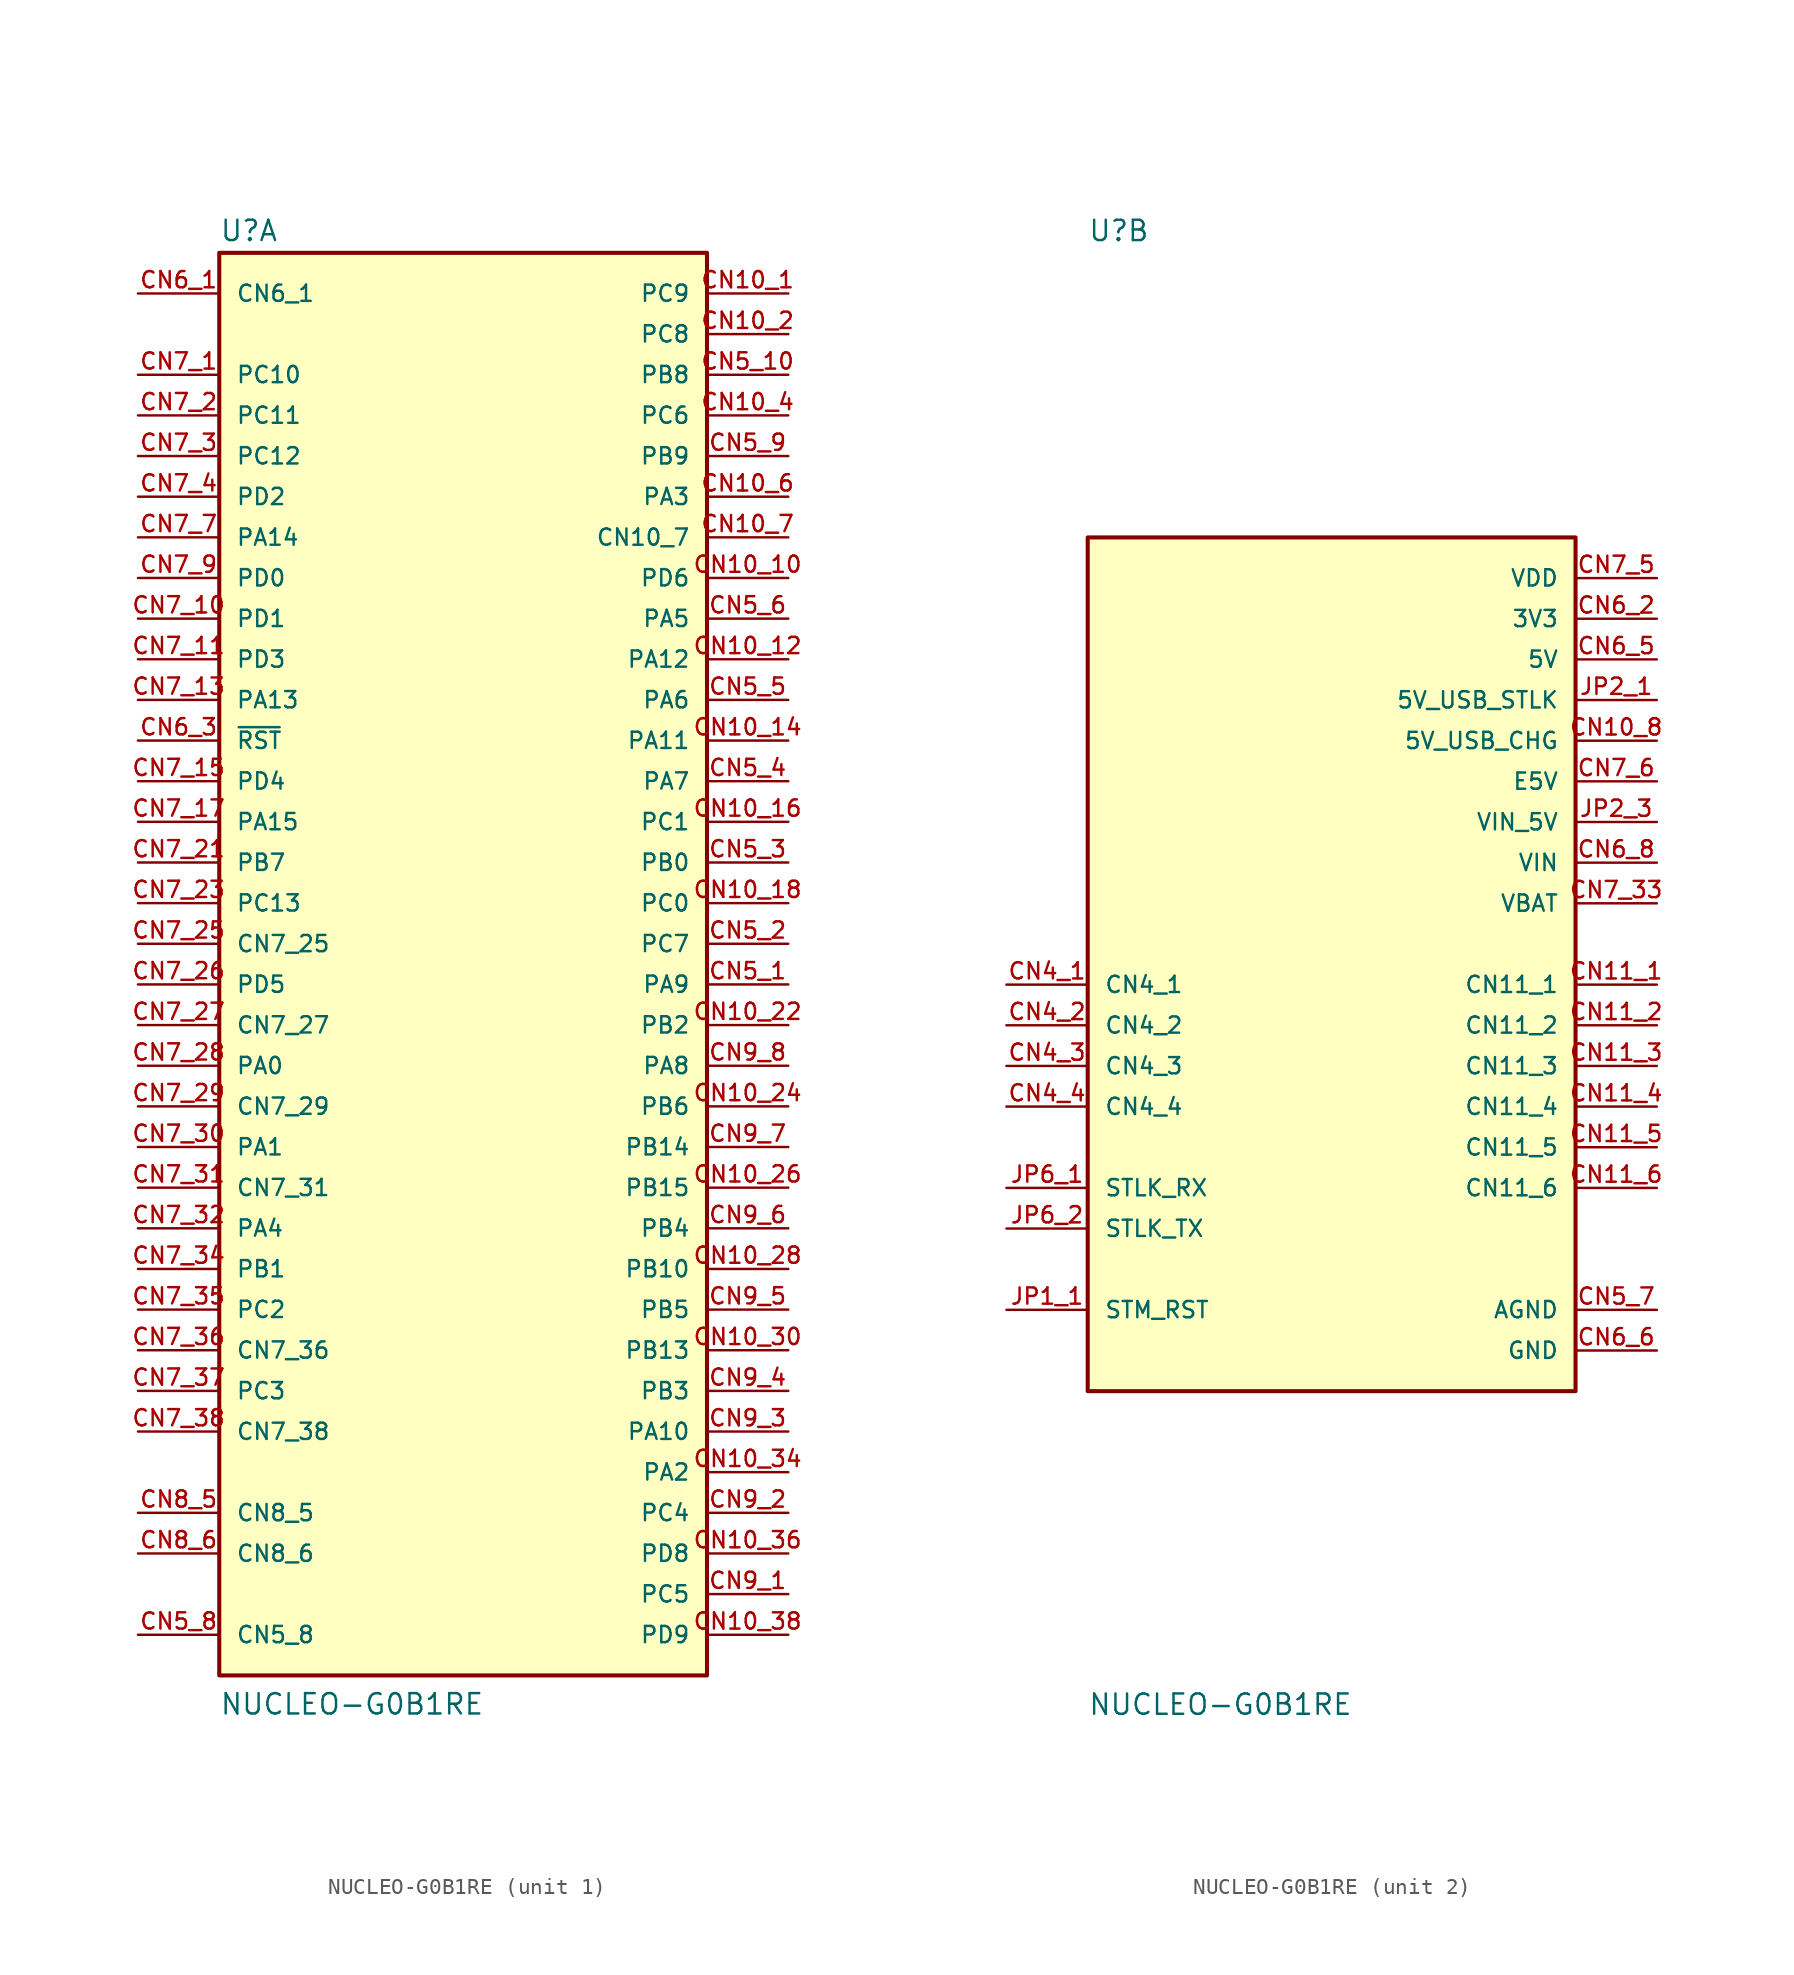
<source format=kicad_sym>
(kicad_symbol_lib
  (version 20211014)
  (generator kicad_symbol_editor)
  (symbol "NUCLEO-G0B1RE"
    (pin_names
      (offset 1.016))
    (property "Reference" "U"
      (at -15.24 43.815 0)
      (effects (font (size 1.27 1.27)) (justify bottom left)))
    (property "Value" "NUCLEO-G0B1RE"
      (at -15.24 -48.26 0)
      (effects (font (size 1.27 1.27)) (justify bottom left)))
    (symbol "NUCLEO-G0B1RE_1_0"
      (rectangle (start -15.24 -45.72) (end 15.24 43.18) (stroke (width 0.254)) (fill (type background)))
      (pin passive line (at -20.32 12.7 0) (length 5.08) (name "~{RST}" (effects (font (size 1.016 1.016)))) (number "CN6_3" (effects (font (size 1.016 1.016)))))
      (pin passive line (at -20.32 12.7 0) (length 5.08) hide (name "~{RST}" (effects (font (size 1.016 1.016)))) (number "CN7_14" (effects (font (size 1.016 1.016)))))
      (pin passive line (at 20.32 40.64 180.0) (length 5.08) (name "PC9" (effects (font (size 1.016 1.016)))) (number "CN10_1" (effects (font (size 1.016 1.016)))))
      (pin passive line (at 20.32 38.1 180.0) (length 5.08) (name "PC8" (effects (font (size 1.016 1.016)))) (number "CN10_2" (effects (font (size 1.016 1.016)))))
      (pin passive line (at -20.32 35.56 0) (length 5.08) (name "PC10" (effects (font (size 1.016 1.016)))) (number "CN7_1" (effects (font (size 1.016 1.016)))))
      (pin passive line (at -20.32 30.48 0) (length 5.08) (name "PC12" (effects (font (size 1.016 1.016)))) (number "CN7_3" (effects (font (size 1.016 1.016)))))
      (pin passive line (at -20.32 25.4 0) (length 5.08) (name "PA14" (effects (font (size 1.016 1.016)))) (number "CN7_7" (effects (font (size 1.016 1.016)))))
      (pin passive line (at -20.32 22.86 0) (length 5.08) (name "PD0" (effects (font (size 1.016 1.016)))) (number "CN7_9" (effects (font (size 1.016 1.016)))))
      (pin passive line (at -20.32 17.78 0) (length 5.08) (name "PD3" (effects (font (size 1.016 1.016)))) (number "CN7_11" (effects (font (size 1.016 1.016)))))
      (pin passive line (at -20.32 15.24 0) (length 5.08) (name "PA13" (effects (font (size 1.016 1.016)))) (number "CN7_13" (effects (font (size 1.016 1.016)))))
      (pin passive line (at -20.32 10.16 0) (length 5.08) (name "PD4" (effects (font (size 1.016 1.016)))) (number "CN7_15" (effects (font (size 1.016 1.016)))))
      (pin passive line (at -20.32 7.62 0) (length 5.08) (name "PA15" (effects (font (size 1.016 1.016)))) (number "CN7_17" (effects (font (size 1.016 1.016)))))
      (pin passive line (at -20.32 5.08 0) (length 5.08) (name "PB7" (effects (font (size 1.016 1.016)))) (number "CN7_21" (effects (font (size 1.016 1.016)))))
      (pin passive line (at -20.32 2.54 0) (length 5.08) (name "PC13" (effects (font (size 1.016 1.016)))) (number "CN7_23" (effects (font (size 1.016 1.016)))))
      (pin passive line (at -20.32 0.0 0) (length 5.08) (name "CN7_25" (effects (font (size 1.016 1.016)))) (number "CN7_25" (effects (font (size 1.016 1.016)))))
      (pin passive line (at -20.32 -5.08 0) (length 5.08) (name "CN7_27" (effects (font (size 1.016 1.016)))) (number "CN7_27" (effects (font (size 1.016 1.016)))))
      (pin passive line (at -20.32 -10.16 0) (length 5.08) (name "CN7_29" (effects (font (size 1.016 1.016)))) (number "CN7_29" (effects (font (size 1.016 1.016)))))
      (pin passive line (at -20.32 -15.24 0) (length 5.08) (name "CN7_31" (effects (font (size 1.016 1.016)))) (number "CN7_31" (effects (font (size 1.016 1.016)))))
      (pin passive line (at -20.32 -22.86 0) (length 5.08) (name "PC2" (effects (font (size 1.016 1.016)))) (number "CN7_35" (effects (font (size 1.016 1.016)))))
      (pin passive line (at -20.32 -27.94 0) (length 5.08) (name "PC3" (effects (font (size 1.016 1.016)))) (number "CN7_37" (effects (font (size 1.016 1.016)))))
      (pin passive line (at -20.32 -25.4 0) (length 5.08) (name "CN7_36" (effects (font (size 1.016 1.016)))) (number "CN7_36" (effects (font (size 1.016 1.016)))))
      (pin passive line (at -20.32 -30.48 0) (length 5.08) (name "CN7_38" (effects (font (size 1.016 1.016)))) (number "CN7_38" (effects (font (size 1.016 1.016)))))
      (pin passive line (at -20.32 -20.32 0) (length 5.08) (name "PB1" (effects (font (size 1.016 1.016)))) (number "CN7_34" (effects (font (size 1.016 1.016)))))
      (pin passive line (at -20.32 -20.32 0) (length 5.08) hide (name "PB1" (effects (font (size 1.016 1.016)))) (number "CN8_4" (effects (font (size 1.016 1.016)))))
      (pin passive line (at -20.32 -17.78 0) (length 5.08) (name "PA4" (effects (font (size 1.016 1.016)))) (number "CN7_32" (effects (font (size 1.016 1.016)))))
      (pin passive line (at -20.32 -17.78 0) (length 5.08) hide (name "PA4" (effects (font (size 1.016 1.016)))) (number "CN8_3" (effects (font (size 1.016 1.016)))))
      (pin passive line (at 20.32 35.56 180.0) (length 5.08) (name "PB8" (effects (font (size 1.016 1.016)))) (number "CN5_10" (effects (font (size 1.016 1.016)))))
      (pin passive line (at 20.32 35.56 180.0) (length 5.08) hide (name "PB8" (effects (font (size 1.016 1.016)))) (number "CN10_3" (effects (font (size 1.016 1.016)))))
      (pin passive line (at 20.32 33.02 180.0) (length 5.08) (name "PC6" (effects (font (size 1.016 1.016)))) (number "CN10_4" (effects (font (size 1.016 1.016)))))
      (pin passive line (at 20.32 30.48 180.0) (length 5.08) (name "PB9" (effects (font (size 1.016 1.016)))) (number "CN5_9" (effects (font (size 1.016 1.016)))))
      (pin passive line (at 20.32 30.48 180.0) (length 5.08) hide (name "PB9" (effects (font (size 1.016 1.016)))) (number "CN10_5" (effects (font (size 1.016 1.016)))))
      (pin passive line (at 20.32 27.94 180.0) (length 5.08) (name "PA3" (effects (font (size 1.016 1.016)))) (number "CN10_6" (effects (font (size 1.016 1.016)))))
      (pin passive line (at 20.32 22.86 180.0) (length 5.08) (name "PD6" (effects (font (size 1.016 1.016)))) (number "CN10_10" (effects (font (size 1.016 1.016)))))
      (pin passive line (at 20.32 20.32 180.0) (length 5.08) (name "PA5" (effects (font (size 1.016 1.016)))) (number "CN5_6" (effects (font (size 1.016 1.016)))))
      (pin passive line (at 20.32 20.32 180.0) (length 5.08) hide (name "PA5" (effects (font (size 1.016 1.016)))) (number "CN10_11" (effects (font (size 1.016 1.016)))))
      (pin passive line (at 20.32 17.78 180.0) (length 5.08) (name "PA12" (effects (font (size 1.016 1.016)))) (number "CN10_12" (effects (font (size 1.016 1.016)))))
      (pin passive line (at -20.32 -12.7 0) (length 5.08) (name "PA1" (effects (font (size 1.016 1.016)))) (number "CN7_30" (effects (font (size 1.016 1.016)))))
      (pin passive line (at -20.32 -12.7 0) (length 5.08) hide (name "PA1" (effects (font (size 1.016 1.016)))) (number "CN8_2" (effects (font (size 1.016 1.016)))))
      (pin passive line (at -20.32 -7.62 0) (length 5.08) (name "PA0" (effects (font (size 1.016 1.016)))) (number "CN7_28" (effects (font (size 1.016 1.016)))))
      (pin passive line (at -20.32 -7.62 0) (length 5.08) hide (name "PA0" (effects (font (size 1.016 1.016)))) (number "CN8_1" (effects (font (size 1.016 1.016)))))
      (pin passive line (at -20.32 -2.54 0) (length 5.08) (name "PD5" (effects (font (size 1.016 1.016)))) (number "CN7_26" (effects (font (size 1.016 1.016)))))
      (pin passive line (at -20.32 20.32 0) (length 5.08) (name "PD1" (effects (font (size 1.016 1.016)))) (number "CN7_10" (effects (font (size 1.016 1.016)))))
      (pin passive line (at -20.32 27.94 0) (length 5.08) (name "PD2" (effects (font (size 1.016 1.016)))) (number "CN7_4" (effects (font (size 1.016 1.016)))))
      (pin passive line (at -20.32 33.02 0) (length 5.08) (name "PC11" (effects (font (size 1.016 1.016)))) (number "CN7_2" (effects (font (size 1.016 1.016)))))
      (pin passive line (at 20.32 15.24 180.0) (length 5.08) (name "PA6" (effects (font (size 1.016 1.016)))) (number "CN5_5" (effects (font (size 1.016 1.016)))))
      (pin passive line (at 20.32 15.24 180.0) (length 5.08) hide (name "PA6" (effects (font (size 1.016 1.016)))) (number "CN10_13" (effects (font (size 1.016 1.016)))))
      (pin passive line (at 20.32 12.7 180.0) (length 5.08) (name "PA11" (effects (font (size 1.016 1.016)))) (number "CN10_14" (effects (font (size 1.016 1.016)))))
      (pin passive line (at 20.32 10.16 180.0) (length 5.08) (name "PA7" (effects (font (size 1.016 1.016)))) (number "CN5_4" (effects (font (size 1.016 1.016)))))
      (pin passive line (at 20.32 10.16 180.0) (length 5.08) hide (name "PA7" (effects (font (size 1.016 1.016)))) (number "CN10_15" (effects (font (size 1.016 1.016)))))
      (pin passive line (at 20.32 7.62 180.0) (length 5.08) (name "PC1" (effects (font (size 1.016 1.016)))) (number "CN10_16" (effects (font (size 1.016 1.016)))))
      (pin passive line (at 20.32 5.08 180.0) (length 5.08) (name "PB0" (effects (font (size 1.016 1.016)))) (number "CN5_3" (effects (font (size 1.016 1.016)))))
      (pin passive line (at 20.32 5.08 180.0) (length 5.08) hide (name "PB0" (effects (font (size 1.016 1.016)))) (number "CN10_17" (effects (font (size 1.016 1.016)))))
      (pin passive line (at 20.32 2.54 180.0) (length 5.08) (name "PC0" (effects (font (size 1.016 1.016)))) (number "CN10_18" (effects (font (size 1.016 1.016)))))
      (pin passive line (at 20.32 0.0 180.0) (length 5.08) (name "PC7" (effects (font (size 1.016 1.016)))) (number "CN5_2" (effects (font (size 1.016 1.016)))))
      (pin passive line (at 20.32 0.0 180.0) (length 5.08) hide (name "PC7" (effects (font (size 1.016 1.016)))) (number "CN10_19" (effects (font (size 1.016 1.016)))))
      (pin passive line (at 20.32 -2.54 180.0) (length 5.08) (name "PA9" (effects (font (size 1.016 1.016)))) (number "CN5_1" (effects (font (size 1.016 1.016)))))
      (pin passive line (at 20.32 -2.54 180.0) (length 5.08) hide (name "PA9" (effects (font (size 1.016 1.016)))) (number "CN10_21" (effects (font (size 1.016 1.016)))))
      (pin passive line (at 20.32 -5.08 180.0) (length 5.08) (name "PB2" (effects (font (size 1.016 1.016)))) (number "CN10_22" (effects (font (size 1.016 1.016)))))
      (pin passive line (at 20.32 -7.62 180.0) (length 5.08) (name "PA8" (effects (font (size 1.016 1.016)))) (number "CN9_8" (effects (font (size 1.016 1.016)))))
      (pin passive line (at 20.32 -7.62 180.0) (length 5.08) hide (name "PA8" (effects (font (size 1.016 1.016)))) (number "CN10_23" (effects (font (size 1.016 1.016)))))
      (pin passive line (at 20.32 -10.16 180.0) (length 5.08) (name "PB6" (effects (font (size 1.016 1.016)))) (number "CN10_24" (effects (font (size 1.016 1.016)))))
      (pin passive line (at 20.32 -12.7 180.0) (length 5.08) (name "PB14" (effects (font (size 1.016 1.016)))) (number "CN9_7" (effects (font (size 1.016 1.016)))))
      (pin passive line (at 20.32 -12.7 180.0) (length 5.08) hide (name "PB14" (effects (font (size 1.016 1.016)))) (number "CN10_25" (effects (font (size 1.016 1.016)))))
      (pin passive line (at 20.32 -15.24 180.0) (length 5.08) (name "PB15" (effects (font (size 1.016 1.016)))) (number "CN10_26" (effects (font (size 1.016 1.016)))))
      (pin passive line (at 20.32 -17.78 180.0) (length 5.08) (name "PB4" (effects (font (size 1.016 1.016)))) (number "CN9_6" (effects (font (size 1.016 1.016)))))
      (pin passive line (at 20.32 -17.78 180.0) (length 5.08) hide (name "PB4" (effects (font (size 1.016 1.016)))) (number "CN10_27" (effects (font (size 1.016 1.016)))))
      (pin passive line (at 20.32 -20.32 180.0) (length 5.08) (name "PB10" (effects (font (size 1.016 1.016)))) (number "CN10_28" (effects (font (size 1.016 1.016)))))
      (pin passive line (at 20.32 -22.86 180.0) (length 5.08) (name "PB5" (effects (font (size 1.016 1.016)))) (number "CN9_5" (effects (font (size 1.016 1.016)))))
      (pin passive line (at 20.32 -22.86 180.0) (length 5.08) hide (name "PB5" (effects (font (size 1.016 1.016)))) (number "CN10_29" (effects (font (size 1.016 1.016)))))
      (pin passive line (at 20.32 -25.4 180.0) (length 5.08) (name "PB13" (effects (font (size 1.016 1.016)))) (number "CN10_30" (effects (font (size 1.016 1.016)))))
      (pin passive line (at 20.32 -27.94 180.0) (length 5.08) (name "PB3" (effects (font (size 1.016 1.016)))) (number "CN9_4" (effects (font (size 1.016 1.016)))))
      (pin passive line (at 20.32 -27.94 180.0) (length 5.08) hide (name "PB3" (effects (font (size 1.016 1.016)))) (number "CN10_31" (effects (font (size 1.016 1.016)))))
      (pin passive line (at 20.32 -30.48 180.0) (length 5.08) (name "PA10" (effects (font (size 1.016 1.016)))) (number "CN9_3" (effects (font (size 1.016 1.016)))))
      (pin passive line (at 20.32 -30.48 180.0) (length 5.08) hide (name "PA10" (effects (font (size 1.016 1.016)))) (number "CN10_33" (effects (font (size 1.016 1.016)))))
      (pin passive line (at 20.32 -33.02 180.0) (length 5.08) (name "PA2" (effects (font (size 1.016 1.016)))) (number "CN10_34" (effects (font (size 1.016 1.016)))))
      (pin passive line (at 20.32 -35.56 180.0) (length 5.08) (name "PC4" (effects (font (size 1.016 1.016)))) (number "CN9_2" (effects (font (size 1.016 1.016)))))
      (pin passive line (at 20.32 -35.56 180.0) (length 5.08) hide (name "PC4" (effects (font (size 1.016 1.016)))) (number "CN10_35" (effects (font (size 1.016 1.016)))))
      (pin passive line (at 20.32 -38.1 180.0) (length 5.08) (name "PD8" (effects (font (size 1.016 1.016)))) (number "CN10_36" (effects (font (size 1.016 1.016)))))
      (pin passive line (at 20.32 -40.64 180.0) (length 5.08) (name "PC5" (effects (font (size 1.016 1.016)))) (number "CN9_1" (effects (font (size 1.016 1.016)))))
      (pin passive line (at 20.32 -40.64 180.0) (length 5.08) hide (name "PC5" (effects (font (size 1.016 1.016)))) (number "CN10_37" (effects (font (size 1.016 1.016)))))
      (pin passive line (at 20.32 -43.18 180.0) (length 5.08) (name "PD9" (effects (font (size 1.016 1.016)))) (number "CN10_38" (effects (font (size 1.016 1.016)))))
      (pin passive line (at -20.32 -35.56 0) (length 5.08) (name "CN8_5" (effects (font (size 1.016 1.016)))) (number "CN8_5" (effects (font (size 1.016 1.016)))))
      (pin passive line (at -20.32 -38.1 0) (length 5.08) (name "CN8_6" (effects (font (size 1.016 1.016)))) (number "CN8_6" (effects (font (size 1.016 1.016)))))
      (pin passive line (at -20.32 40.64 0) (length 5.08) (name "CN6_1" (effects (font (size 1.016 1.016)))) (number "CN6_1" (effects (font (size 1.016 1.016)))))
      (pin passive line (at -20.32 -43.18 0) (length 5.08) (name "CN5_8" (effects (font (size 1.016 1.016)))) (number "CN5_8" (effects (font (size 1.016 1.016)))))
      (pin passive line (at 20.32 25.4 180.0) (length 5.08) (name "CN10_7" (effects (font (size 1.016 1.016)))) (number "CN10_7" (effects (font (size 1.016 1.016))))))
    (symbol "NUCLEO-G0B1RE_2_0"
      (rectangle (start -15.24 -27.94) (end 15.24 25.4) (stroke (width 0.254)) (fill (type background)))
      (pin passive line (at -20.32 -2.54 0) (length 5.08) (name "CN4_1" (effects (font (size 1.016 1.016)))) (number "CN4_1" (effects (font (size 1.016 1.016)))))
      (pin power_in line (at 20.32 22.86 180.0) (length 5.08) (name "VDD" (effects (font (size 1.016 1.016)))) (number "CN7_5" (effects (font (size 1.016 1.016)))))
      (pin power_in line (at 20.32 22.86 180.0) (length 5.08) hide (name "VDD" (effects (font (size 1.016 1.016)))) (number "JP3_1" (effects (font (size 1.016 1.016)))))
      (pin power_in line (at 20.32 15.24 180.0) (length 5.08) (name "5V_USB_STLK" (effects (font (size 1.016 1.016)))) (number "JP2_1" (effects (font (size 1.016 1.016)))))
      (pin power_in line (at 20.32 12.7 180.0) (length 5.08) (name "5V_USB_CHG" (effects (font (size 1.016 1.016)))) (number "CN10_8" (effects (font (size 1.016 1.016)))))
      (pin power_in line (at 20.32 12.7 180.0) (length 5.08) hide (name "5V_USB_CHG" (effects (font (size 1.016 1.016)))) (number "JP2_7" (effects (font (size 1.016 1.016)))))
      (pin power_in line (at 20.32 10.16 180.0) (length 5.08) (name "E5V" (effects (font (size 1.016 1.016)))) (number "CN7_6" (effects (font (size 1.016 1.016)))))
      (pin power_in line (at 20.32 10.16 180.0) (length 5.08) hide (name "E5V" (effects (font (size 1.016 1.016)))) (number "JP2_5" (effects (font (size 1.016 1.016)))))
      (pin passive line (at 20.32 -2.54 180.0) (length 5.08) (name "CN11_1" (effects (font (size 1.016 1.016)))) (number "CN11_1" (effects (font (size 1.016 1.016)))))
      (pin power_in line (at 20.32 7.62 180.0) (length 5.08) (name "VIN_5V" (effects (font (size 1.016 1.016)))) (number "JP2_3" (effects (font (size 1.016 1.016)))))
      (pin power_in line (at 20.32 5.08 180.0) (length 5.08) (name "VIN" (effects (font (size 1.016 1.016)))) (number "CN6_8" (effects (font (size 1.016 1.016)))))
      (pin power_in line (at 20.32 5.08 180.0) (length 5.08) hide (name "VIN" (effects (font (size 1.016 1.016)))) (number "CN7_24" (effects (font (size 1.016 1.016)))))
      (pin power_in line (at 20.32 -25.4 180.0) (length 5.08) (name "GND" (effects (font (size 1.016 1.016)))) (number "CN6_6" (effects (font (size 1.016 1.016)))))
      (pin power_in line (at 20.32 -25.4 180.0) (length 5.08) hide (name "GND" (effects (font (size 1.016 1.016)))) (number "CN6_7" (effects (font (size 1.016 1.016)))))
      (pin power_in line (at 20.32 -25.4 180.0) (length 5.08) hide (name "GND" (effects (font (size 1.016 1.016)))) (number "CN7_8" (effects (font (size 1.016 1.016)))))
      (pin power_in line (at 20.32 -25.4 180.0) (length 5.08) hide (name "GND" (effects (font (size 1.016 1.016)))) (number "CN7_19" (effects (font (size 1.016 1.016)))))
      (pin power_in line (at 20.32 -25.4 180.0) (length 5.08) hide (name "GND" (effects (font (size 1.016 1.016)))) (number "CN7_20" (effects (font (size 1.016 1.016)))))
      (pin power_in line (at 20.32 -25.4 180.0) (length 5.08) hide (name "GND" (effects (font (size 1.016 1.016)))) (number "CN7_22" (effects (font (size 1.016 1.016)))))
      (pin power_in line (at 20.32 -25.4 180.0) (length 5.08) hide (name "GND" (effects (font (size 1.016 1.016)))) (number "CN10_20" (effects (font (size 1.016 1.016)))))
      (pin power_in line (at 20.32 -25.4 180.0) (length 5.08) hide (name "GND" (effects (font (size 1.016 1.016)))) (number "JP1_2" (effects (font (size 1.016 1.016)))))
      (pin power_in line (at 20.32 -25.4 180.0) (length 5.08) hide (name "GND" (effects (font (size 1.016 1.016)))) (number "JP4_1" (effects (font (size 1.016 1.016)))))
      (pin power_in line (at 20.32 -25.4 180.0) (length 5.08) hide (name "GND" (effects (font (size 1.016 1.016)))) (number "JP4_2" (effects (font (size 1.016 1.016)))))
      (pin power_in line (at 20.32 -25.4 180.0) (length 5.08) hide (name "GND" (effects (font (size 1.016 1.016)))) (number "JP5_1" (effects (font (size 1.016 1.016)))))
      (pin power_in line (at 20.32 -25.4 180.0) (length 5.08) hide (name "GND" (effects (font (size 1.016 1.016)))) (number "JP5_2" (effects (font (size 1.016 1.016)))))
      (pin passive line (at -20.32 -5.08 0) (length 5.08) (name "CN4_2" (effects (font (size 1.016 1.016)))) (number "CN4_2" (effects (font (size 1.016 1.016)))))
      (pin passive line (at -20.32 -7.62 0) (length 5.08) (name "CN4_3" (effects (font (size 1.016 1.016)))) (number "CN4_3" (effects (font (size 1.016 1.016)))))
      (pin passive line (at -20.32 -10.16 0) (length 5.08) (name "CN4_4" (effects (font (size 1.016 1.016)))) (number "CN4_4" (effects (font (size 1.016 1.016)))))
      (pin passive line (at -20.32 -17.78 0) (length 5.08) (name "STLK_TX" (effects (font (size 1.016 1.016)))) (number "JP6_2" (effects (font (size 1.016 1.016)))))
      (pin passive line (at -20.32 -15.24 0) (length 5.08) (name "STLK_RX" (effects (font (size 1.016 1.016)))) (number "JP6_1" (effects (font (size 1.016 1.016)))))
      (pin passive line (at 20.32 -5.08 180.0) (length 5.08) (name "CN11_2" (effects (font (size 1.016 1.016)))) (number "CN11_2" (effects (font (size 1.016 1.016)))))
      (pin passive line (at 20.32 -7.62 180.0) (length 5.08) (name "CN11_3" (effects (font (size 1.016 1.016)))) (number "CN11_3" (effects (font (size 1.016 1.016)))))
      (pin passive line (at 20.32 -10.16 180.0) (length 5.08) (name "CN11_4" (effects (font (size 1.016 1.016)))) (number "CN11_4" (effects (font (size 1.016 1.016)))))
      (pin passive line (at 20.32 -12.7 180.0) (length 5.08) (name "CN11_5" (effects (font (size 1.016 1.016)))) (number "CN11_5" (effects (font (size 1.016 1.016)))))
      (pin passive line (at 20.32 -15.24 180.0) (length 5.08) (name "CN11_6" (effects (font (size 1.016 1.016)))) (number "CN11_6" (effects (font (size 1.016 1.016)))))
      (pin power_in line (at 20.32 2.54 180.0) (length 5.08) (name "VBAT" (effects (font (size 1.016 1.016)))) (number "CN7_33" (effects (font (size 1.016 1.016)))))
      (pin power_in line (at 20.32 17.78 180.0) (length 5.08) (name "5V" (effects (font (size 1.016 1.016)))) (number "CN6_5" (effects (font (size 1.016 1.016)))))
      (pin power_in line (at 20.32 17.78 180.0) (length 5.08) hide (name "5V" (effects (font (size 1.016 1.016)))) (number "CN7_18" (effects (font (size 1.016 1.016)))))
      (pin power_in line (at 20.32 17.78 180.0) (length 5.08) hide (name "5V" (effects (font (size 1.016 1.016)))) (number "JP2_2" (effects (font (size 1.016 1.016)))))
      (pin power_in line (at 20.32 17.78 180.0) (length 5.08) hide (name "5V" (effects (font (size 1.016 1.016)))) (number "JP2_4" (effects (font (size 1.016 1.016)))))
      (pin power_in line (at 20.32 17.78 180.0) (length 5.08) hide (name "5V" (effects (font (size 1.016 1.016)))) (number "JP2_6" (effects (font (size 1.016 1.016)))))
      (pin power_in line (at 20.32 17.78 180.0) (length 5.08) hide (name "5V" (effects (font (size 1.016 1.016)))) (number "JP2_8" (effects (font (size 1.016 1.016)))))
      (pin power_in line (at 20.32 20.32 180.0) (length 5.08) (name "3V3" (effects (font (size 1.016 1.016)))) (number "CN6_2" (effects (font (size 1.016 1.016)))))
      (pin power_in line (at 20.32 20.32 180.0) (length 5.08) hide (name "3V3" (effects (font (size 1.016 1.016)))) (number "CN6_4" (effects (font (size 1.016 1.016)))))
      (pin power_in line (at 20.32 20.32 180.0) (length 5.08) hide (name "3V3" (effects (font (size 1.016 1.016)))) (number "CN7_12" (effects (font (size 1.016 1.016)))))
      (pin power_in line (at 20.32 20.32 180.0) (length 5.08) hide (name "3V3" (effects (font (size 1.016 1.016)))) (number "CN7_16" (effects (font (size 1.016 1.016)))))
      (pin power_in line (at 20.32 20.32 180.0) (length 5.08) hide (name "3V3" (effects (font (size 1.016 1.016)))) (number "JP3_2" (effects (font (size 1.016 1.016)))))
      (pin power_in line (at 20.32 -22.86 180.0) (length 5.08) (name "AGND" (effects (font (size 1.016 1.016)))) (number "CN5_7" (effects (font (size 1.016 1.016)))))
      (pin power_in line (at 20.32 -22.86 180.0) (length 5.08) hide (name "AGND" (effects (font (size 1.016 1.016)))) (number "CN10_9" (effects (font (size 1.016 1.016)))))
      (pin power_in line (at 20.32 -22.86 180.0) (length 5.08) hide (name "AGND" (effects (font (size 1.016 1.016)))) (number "CN10_32" (effects (font (size 1.016 1.016)))))
      (pin passive line (at -20.32 -22.86 0) (length 5.08) (name "STM_RST" (effects (font (size 1.016 1.016)))) (number "JP1_1" (effects (font (size 1.016 1.016))))))))
</source>
